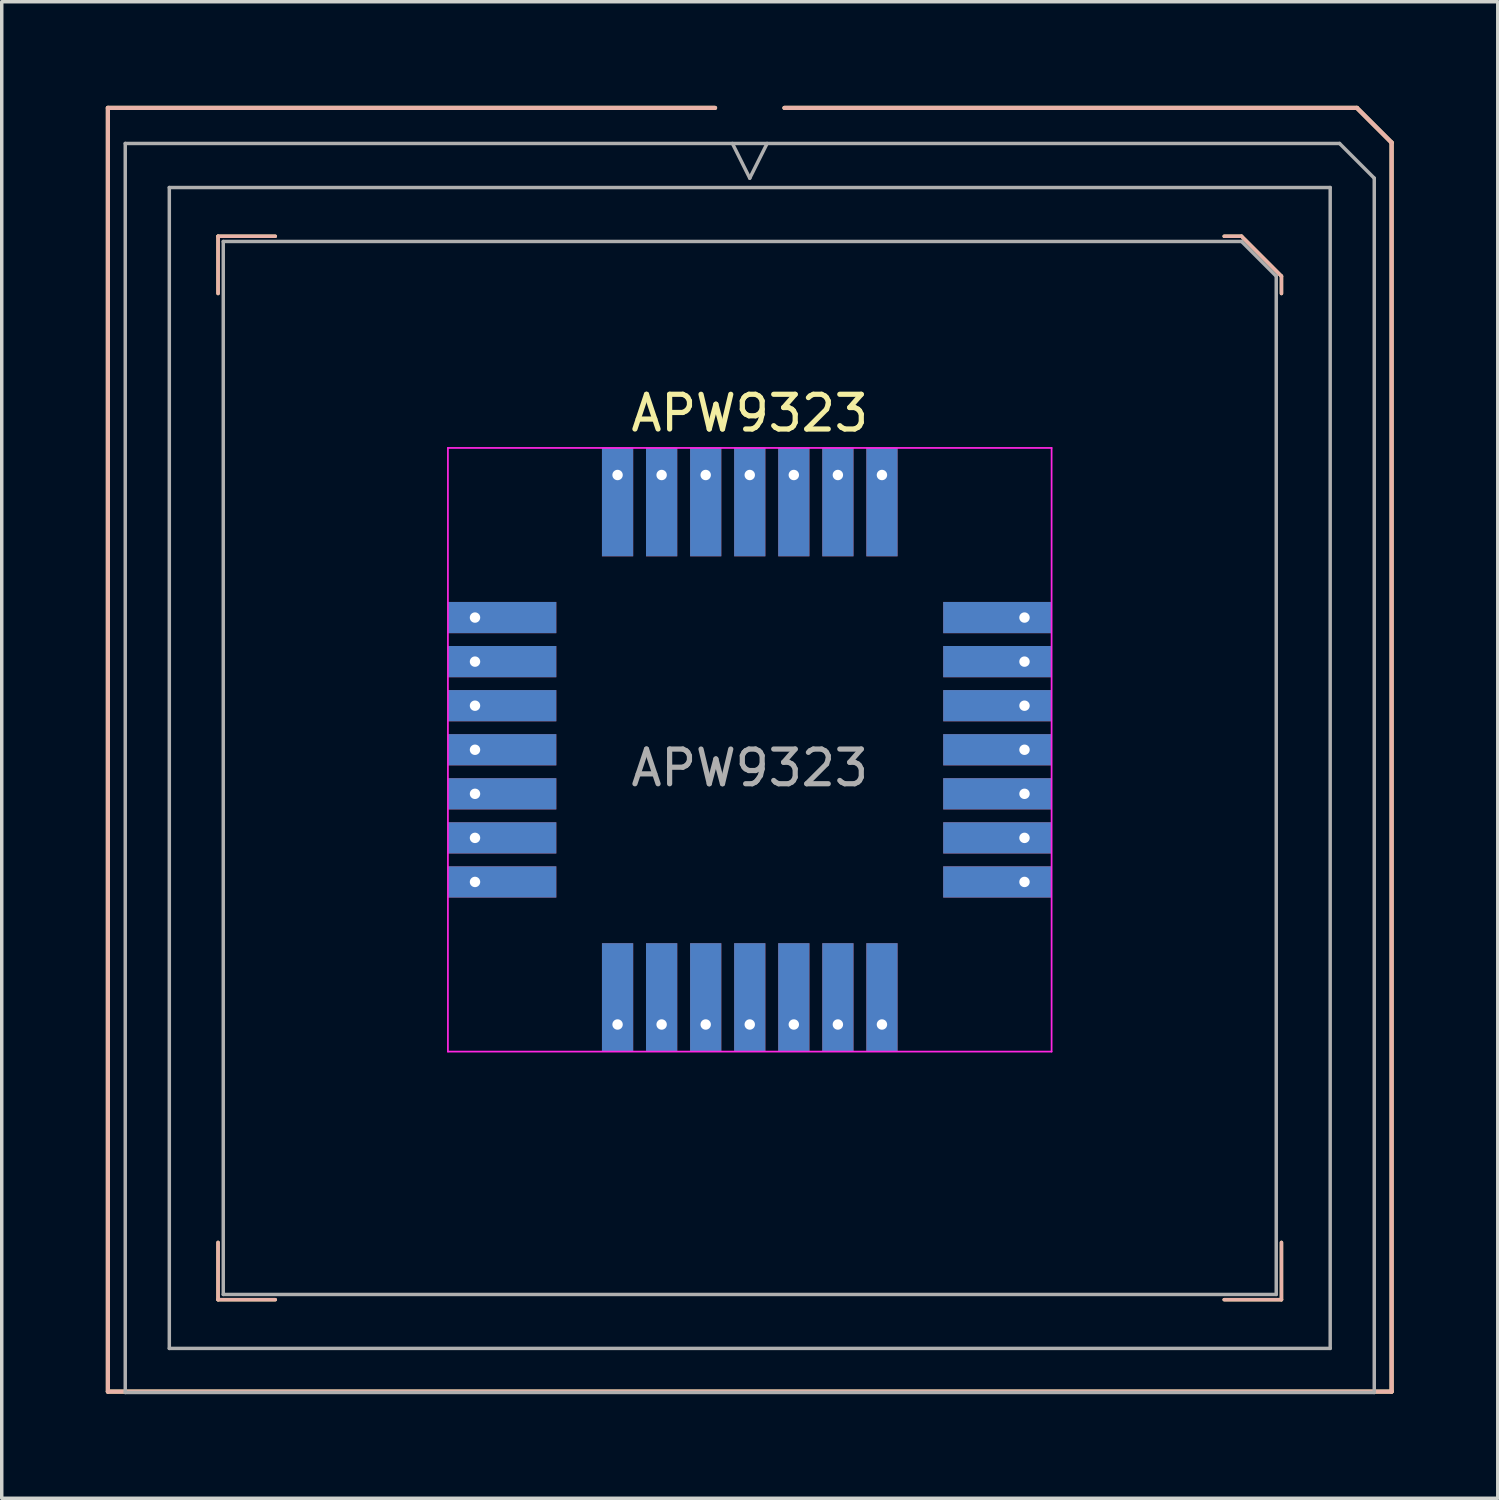
<source format=kicad_pcb>
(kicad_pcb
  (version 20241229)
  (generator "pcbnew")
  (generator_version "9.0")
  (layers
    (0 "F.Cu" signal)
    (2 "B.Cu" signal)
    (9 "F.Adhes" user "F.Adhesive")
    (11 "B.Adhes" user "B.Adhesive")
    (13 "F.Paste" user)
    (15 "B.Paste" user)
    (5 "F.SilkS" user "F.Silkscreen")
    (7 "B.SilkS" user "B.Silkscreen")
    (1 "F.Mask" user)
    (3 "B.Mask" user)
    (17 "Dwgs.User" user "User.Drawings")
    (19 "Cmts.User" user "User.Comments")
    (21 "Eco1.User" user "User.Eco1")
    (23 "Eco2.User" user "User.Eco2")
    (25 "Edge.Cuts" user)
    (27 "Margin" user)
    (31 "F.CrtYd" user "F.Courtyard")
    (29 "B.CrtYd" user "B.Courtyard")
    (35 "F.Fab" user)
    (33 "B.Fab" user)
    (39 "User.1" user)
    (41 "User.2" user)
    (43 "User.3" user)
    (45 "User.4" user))
  (footprint "APW9323"
    (layer "F.Cu")
    (at 18.56 18.56)
    (property "Reference" "APW9323" (at 0 -9.7 180) (layer "F.SilkS") (effects (font (size 1 1) (thickness 0.15))))
    (attr smd)
    (fp_line (start -18.5 -18.5) (end -1 -18.5) (stroke (width 0.12) (type solid)) (layer "F.SilkS"))
    (fp_line (start -18.5 18.5) (end -18.5 -18.5) (stroke (width 0.12) (type solid)) (layer "F.SilkS"))
    (fp_line (start -15.325 -14.8) (end -15.325 -13.15) (stroke (width 0.1) (type solid)) (layer "F.SilkS"))
    (fp_line (start -15.325 15.85) (end -15.325 14.2) (stroke (width 0.1) (type solid)) (layer "F.SilkS"))
    (fp_line (start -13.675 -14.8) (end -15.325 -14.8) (stroke (width 0.1) (type solid)) (layer "F.SilkS"))
    (fp_line (start -13.675 15.85) (end -15.325 15.85) (stroke (width 0.1) (type solid)) (layer "F.SilkS"))
    (fp_line (start 1 -18.5) (end 17.5 -18.5) (stroke (width 0.12) (type solid)) (layer "F.SilkS"))
    (fp_line (start 13.675 -14.8) (end 14.175 -14.8) (stroke (width 0.1) (type solid)) (layer "F.SilkS"))
    (fp_line (start 13.675 15.85) (end 15.325 15.85) (stroke (width 0.1) (type solid)) (layer "F.SilkS"))
    (fp_line (start 14.175 -14.8) (end 15.325 -13.65) (stroke (width 0.1) (type solid)) (layer "F.SilkS"))
    (fp_line (start 15.325 -13.65) (end 15.325 -13.15) (stroke (width 0.1) (type solid)) (layer "F.SilkS"))
    (fp_line (start 15.325 15.85) (end 15.325 14.2) (stroke (width 0.1) (type solid)) (layer "F.SilkS"))
    (fp_line (start 17.5 -18.5) (end 18.5 -17.5) (stroke (width 0.12) (type solid)) (layer "F.SilkS"))
    (fp_line (start 18.5 -17.5) (end 18.5 18.5) (stroke (width 0.12) (type solid)) (layer "F.SilkS"))
    (fp_line (start 18.5 18.5) (end -18.5 18.5) (stroke (width 0.12) (type solid)) (layer "F.SilkS"))
    (fp_line (start -18.5 -18.5) (end -1 -18.5) (stroke (width 0.12) (type solid)) (layer "B.SilkS"))
    (fp_line (start -18.5 18.5) (end -18.5 -18.5) (stroke (width 0.12) (type solid)) (layer "B.SilkS"))
    (fp_line (start -15.325 -14.8) (end -15.325 -13.15) (stroke (width 0.1) (type solid)) (layer "B.SilkS"))
    (fp_line (start -15.325 15.85) (end -15.325 14.2) (stroke (width 0.1) (type solid)) (layer "B.SilkS"))
    (fp_line (start -13.675 -14.8) (end -15.325 -14.8) (stroke (width 0.1) (type solid)) (layer "B.SilkS"))
    (fp_line (start -13.675 15.85) (end -15.325 15.85) (stroke (width 0.1) (type solid)) (layer "B.SilkS"))
    (fp_line (start 1 -18.5) (end 17.5 -18.5) (stroke (width 0.12) (type solid)) (layer "B.SilkS"))
    (fp_line (start 13.675 -14.8) (end 14.175 -14.8) (stroke (width 0.1) (type solid)) (layer "B.SilkS"))
    (fp_line (start 13.675 15.85) (end 15.325 15.85) (stroke (width 0.1) (type solid)) (layer "B.SilkS"))
    (fp_line (start 14.175 -14.8) (end 15.325 -13.65) (stroke (width 0.1) (type solid)) (layer "B.SilkS"))
    (fp_line (start 15.325 -13.65) (end 15.325 -13.15) (stroke (width 0.1) (type solid)) (layer "B.SilkS"))
    (fp_line (start 15.325 15.85) (end 15.325 14.2) (stroke (width 0.1) (type solid)) (layer "B.SilkS"))
    (fp_line (start 17.5 -18.5) (end 18.5 -17.5) (stroke (width 0.12) (type solid)) (layer "B.SilkS"))
    (fp_line (start 18.5 -17.5) (end 18.5 18.5) (stroke (width 0.12) (type solid)) (layer "B.SilkS"))
    (fp_line (start 18.5 18.5) (end -18.5 18.5) (stroke (width 0.12) (type solid)) (layer "B.SilkS"))
    (fp_line (start -8.7 -8.7) (end 8.7 -8.7) (stroke (width 0.05) (type solid)) (layer "F.CrtYd"))
    (fp_line (start -8.7 8.7) (end -8.7 -8.7) (stroke (width 0.05) (type solid)) (layer "F.CrtYd"))
    (fp_line (start 8.7 -8.7) (end 8.7 8.7) (stroke (width 0.05) (type solid)) (layer "F.CrtYd"))
    (fp_line (start 8.7 8.7) (end -8.7 8.7) (stroke (width 0.05) (type solid)) (layer "F.CrtYd"))
    (fp_line (start -18 -17.475) (end 17 -17.475) (stroke (width 0.1) (type solid)) (layer "F.Fab"))
    (fp_line (start -18 18.525) (end -18 -17.475) (stroke (width 0.1) (type solid)) (layer "F.Fab"))
    (fp_line (start -16.73 -16.205) (end 16.73 -16.205) (stroke (width 0.1) (type solid)) (layer "F.Fab"))
    (fp_line (start -16.73 17.255) (end -16.73 -16.205) (stroke (width 0.1) (type solid)) (layer "F.Fab"))
    (fp_line (start -15.175 -14.65) (end 14.175 -14.65) (stroke (width 0.1) (type solid)) (layer "F.Fab"))
    (fp_line (start -15.175 15.7) (end -15.175 -14.65) (stroke (width 0.1) (type solid)) (layer "F.Fab"))
    (fp_line (start 0 -16.475) (end -0.5 -17.475) (stroke (width 0.1) (type solid)) (layer "F.Fab"))
    (fp_line (start 0.5 -17.475) (end 0 -16.475) (stroke (width 0.1) (type solid)) (layer "F.Fab"))
    (fp_line (start 14.175 -14.65) (end 15.175 -13.65) (stroke (width 0.1) (type solid)) (layer "F.Fab"))
    (fp_line (start 15.175 -13.65) (end 15.175 15.7) (stroke (width 0.1) (type solid)) (layer "F.Fab"))
    (fp_line (start 15.175 15.7) (end -15.175 15.7) (stroke (width 0.1) (type solid)) (layer "F.Fab"))
    (fp_line (start 16.73 -16.205) (end 16.73 17.255) (stroke (width 0.1) (type solid)) (layer "F.Fab"))
    (fp_line (start 16.73 17.255) (end -16.73 17.255) (stroke (width 0.1) (type solid)) (layer "F.Fab"))
    (fp_line (start 17 -17.475) (end 18 -16.475) (stroke (width 0.1) (type solid)) (layer "F.Fab"))
    (fp_line (start 18 -16.475) (end 18 18.525) (stroke (width 0.1) (type solid)) (layer "F.Fab"))
    (fp_line (start 18 18.525) (end -18 18.525) (stroke (width 0.1) (type solid)) (layer "F.Fab"))
    (fp_text user "${REFERENCE}" (at 0 0.525 180) (layer "F.Fab") (effects (font (size 1 1) (thickness 0.15))))
    (pad "1" thru_hole rect (at 0 -7.919) (size 0.9 3.125) (drill 0.3 (offset 0 0.781)) (layers "*.Cu" "*.Mask"))
    (pad "2" thru_hole rect (at 1.27 -7.919) (size 0.9 3.125) (drill 0.3 (offset 0 0.781)) (layers "*.Cu" "*.Mask"))
    (pad "3" thru_hole rect (at 2.54 -7.919) (size 0.9 3.125) (drill 0.3 (offset 0 0.781)) (layers "*.Cu" "*.Mask"))
    (pad "4" thru_hole rect (at 3.81 -7.919) (size 0.9 3.125) (drill 0.3 (offset 0 0.781)) (layers "*.Cu" "*.Mask"))
    (pad "5" thru_hole rect (at 7.919 -3.81) (size 3.125 0.9) (drill 0.3 (offset -0.781 0)) (layers "*.Cu" "*.Mask"))
    (pad "6" thru_hole rect (at 7.919 -2.54) (size 3.125 0.9) (drill 0.3 (offset -0.781 0)) (layers "*.Cu" "*.Mask"))
    (pad "7" thru_hole rect (at 7.919 -1.27) (size 3.125 0.9) (drill 0.3 (offset -0.781 0)) (layers "*.Cu" "*.Mask"))
    (pad "8" thru_hole rect (at 7.919 0) (size 3.125 0.9) (drill 0.3 (offset -0.781 0)) (layers "*.Cu" "*.Mask"))
    (pad "9" thru_hole rect (at 7.919 1.27) (size 3.125 0.9) (drill 0.3 (offset -0.781 0)) (layers "*.Cu" "*.Mask"))
    (pad "10" thru_hole rect (at 7.919 2.54) (size 3.125 0.9) (drill 0.3 (offset -0.781 0)) (layers "*.Cu" "*.Mask"))
    (pad "11" thru_hole rect (at 7.919 3.81) (size 3.125 0.9) (drill 0.3 (offset -0.781 0)) (layers "*.Cu" "*.Mask"))
    (pad "12" thru_hole rect (at 3.81 7.919) (size 0.9 3.125) (drill 0.3 (offset 0 -0.781)) (layers "*.Cu" "*.Mask"))
    (pad "13" thru_hole rect (at 2.54 7.919) (size 0.9 3.125) (drill 0.3 (offset 0 -0.781)) (layers "*.Cu" "*.Mask"))
    (pad "14" thru_hole rect (at 1.27 7.919) (size 0.9 3.125) (drill 0.3 (offset 0 -0.781)) (layers "*.Cu" "*.Mask"))
    (pad "15" thru_hole rect (at 0 7.919) (size 0.9 3.125) (drill 0.3 (offset 0 -0.781)) (layers "*.Cu" "*.Mask"))
    (pad "16" thru_hole rect (at -1.27 7.919) (size 0.9 3.125) (drill 0.3 (offset 0 -0.781)) (layers "*.Cu" "*.Mask"))
    (pad "17" thru_hole rect (at -2.54 7.919) (size 0.9 3.125) (drill 0.3 (offset 0 -0.781)) (layers "*.Cu" "*.Mask"))
    (pad "18" thru_hole rect (at -3.81 7.919) (size 0.9 3.125) (drill 0.3 (offset 0 -0.781)) (layers "*.Cu" "*.Mask"))
    (pad "19" thru_hole rect (at -7.919 3.81) (size 3.125 0.9) (drill 0.3 (offset 0.781 0)) (layers "*.Cu" "*.Mask"))
    (pad "20" thru_hole rect (at -7.919 2.54) (size 3.125 0.9) (drill 0.3 (offset 0.781 0)) (layers "*.Cu" "*.Mask"))
    (pad "21" thru_hole rect (at -7.919 1.27) (size 3.125 0.9) (drill 0.3 (offset 0.781 0)) (layers "*.Cu" "*.Mask"))
    (pad "22" thru_hole rect (at -7.919 0) (size 3.125 0.9) (drill 0.3 (offset 0.781 0)) (layers "*.Cu" "*.Mask"))
    (pad "23" thru_hole rect (at -7.919 -1.27) (size 3.125 0.9) (drill 0.3 (offset 0.781 0)) (layers "*.Cu" "*.Mask"))
    (pad "24" thru_hole rect (at -7.919 -2.54) (size 3.125 0.9) (drill 0.3 (offset 0.781 0)) (layers "*.Cu" "*.Mask"))
    (pad "25" thru_hole rect (at -7.919 -3.81) (size 3.125 0.9) (drill 0.3 (offset 0.781 0)) (layers "*.Cu" "*.Mask"))
    (pad "26" thru_hole rect (at -3.81 -7.919) (size 0.9 3.125) (drill 0.3 (offset 0 0.781)) (layers "*.Cu" "*.Mask"))
    (pad "27" thru_hole rect (at -2.54 -7.919) (size 0.9 3.125) (drill 0.3 (offset 0 0.781)) (layers "*.Cu" "*.Mask"))
    (pad "28" thru_hole rect (at -1.27 -7.919) (size 0.9 3.125) (drill 0.3 (offset 0 0.781)) (layers "*.Cu" "*.Mask")))
  (gr_rect
    (start -3 -3)
    (end 40.12 40.135)
    (stroke (width 0.1) (type default))
    (fill no)
    (layer "Edge.Cuts")))
</source>
